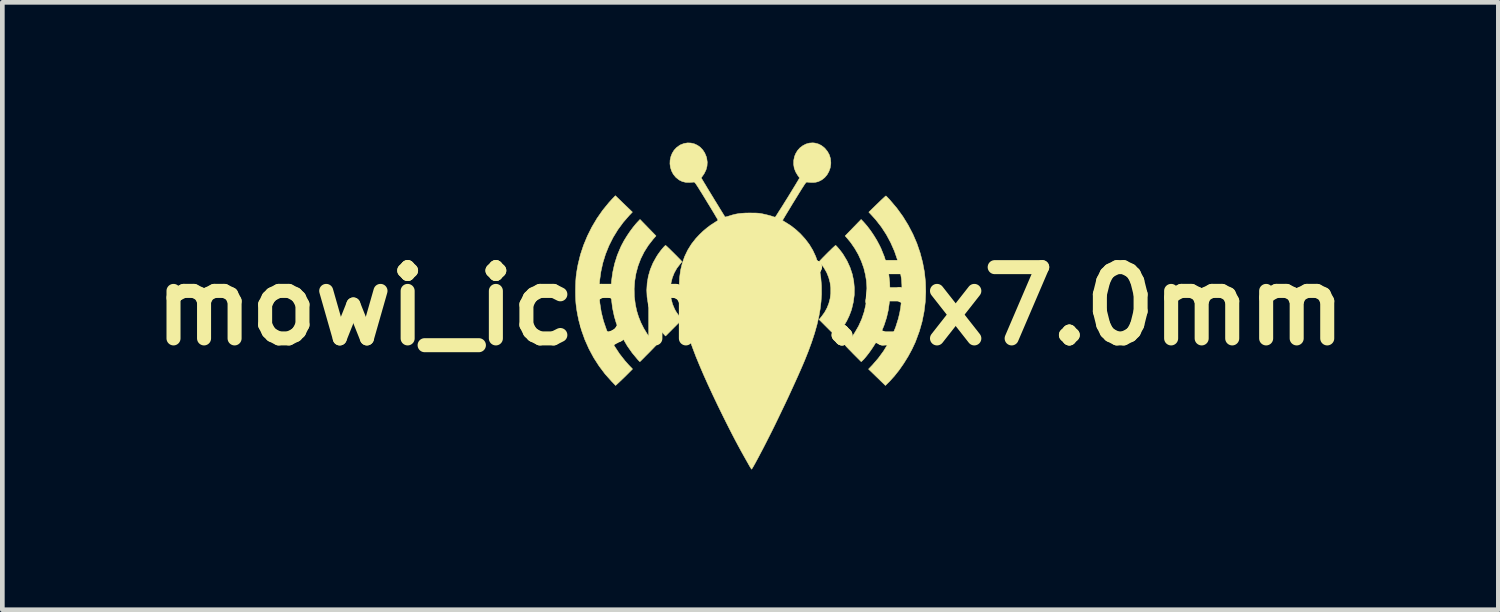
<source format=kicad_pcb>
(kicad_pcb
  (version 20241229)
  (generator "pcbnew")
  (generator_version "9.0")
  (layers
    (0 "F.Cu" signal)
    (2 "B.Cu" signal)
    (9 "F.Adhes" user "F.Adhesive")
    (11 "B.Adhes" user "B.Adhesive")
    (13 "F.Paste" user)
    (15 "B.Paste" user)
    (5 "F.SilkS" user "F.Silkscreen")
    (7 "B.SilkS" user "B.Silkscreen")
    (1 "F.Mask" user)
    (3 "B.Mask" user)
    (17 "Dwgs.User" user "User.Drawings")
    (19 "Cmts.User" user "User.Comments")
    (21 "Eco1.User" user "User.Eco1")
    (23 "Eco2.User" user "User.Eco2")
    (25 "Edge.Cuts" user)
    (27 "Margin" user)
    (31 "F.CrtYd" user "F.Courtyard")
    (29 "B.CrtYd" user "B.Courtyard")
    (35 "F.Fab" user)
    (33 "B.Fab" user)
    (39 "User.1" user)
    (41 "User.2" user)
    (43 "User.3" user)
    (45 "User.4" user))
  (footprint "mowi_icon_7.5x7.0mm"
    (layer "F.Cu")
    (at 12.998 3.498)
    (property "Reference" "mowi_icon_7.5x7.0mm" (at 0 0 0) (layer "F.SilkS") (effects (font (size 1.524 1.524) (thickness 0.3))))
    (attr through_hole)
    (fp_poly (pts (xy 1.832 -1.294) (xy 1.851 -1.275) (xy 1.875 -1.248) (xy 1.903 -1.215) (xy 1.933 -1.177) (xy 1.963 -1.138) (xy 1.989 -1.1) (xy 1.99 -1.098) (xy 2.069 -0.966) (xy 2.132 -0.827) (xy 2.179 -0.685) (xy 2.21 -0.538) (xy 2.224 -0.389) (xy 2.222 -0.239) (xy 2.202 -0.089) (xy 2.167 0.06) (xy 2.152 0.106) (xy 2.112 0.21) (xy 2.062 0.314) (xy 2.004 0.413) (xy 1.941 0.503) (xy 1.878 0.578) (xy 1.821 0.638) (xy 1.646 0.462) (xy 1.47 0.286) (xy 1.522 0.223) (xy 1.588 0.132) (xy 1.639 0.039) (xy 1.678 -0.059) (xy 1.705 -0.162) (xy 1.719 -0.276) (xy 1.719 -0.391) (xy 1.704 -0.506) (xy 1.674 -0.617) (xy 1.631 -0.722) (xy 1.575 -0.82) (xy 1.513 -0.9) (xy 1.493 -0.923) (xy 1.478 -0.942) (xy 1.472 -0.953) (xy 1.472 -0.953) (xy 1.478 -0.961) (xy 1.495 -0.979) (xy 1.52 -1.006) (xy 1.551 -1.038) (xy 1.588 -1.075) (xy 1.627 -1.115) (xy 1.667 -1.155) (xy 1.707 -1.193) (xy 1.743 -1.229) (xy 1.775 -1.259) (xy 1.8 -1.282) (xy 1.816 -1.296) (xy 1.822 -1.3) (xy 1.832 -1.294)) (stroke (width 0.01) (type solid)) (fill yes) (layer "F.SilkS"))
    (fp_poly (pts (xy -1.805 -1.294) (xy -1.786 -1.278) (xy -1.76 -1.253) (xy -1.727 -1.222) (xy -1.69 -1.185) (xy -1.65 -1.146) (xy -1.61 -1.106) (xy -1.571 -1.067) (xy -1.536 -1.031) (xy -1.505 -1) (xy -1.482 -0.975) (xy -1.467 -0.958) (xy -1.464 -0.953) (xy -1.469 -0.943) (xy -1.483 -0.925) (xy -1.503 -0.902) (xy -1.505 -0.9) (xy -1.573 -0.81) (xy -1.628 -0.712) (xy -1.67 -0.606) (xy -1.697 -0.496) (xy -1.71 -0.382) (xy -1.71 -0.268) (xy -1.694 -0.155) (xy -1.665 -0.044) (xy -1.62 0.062) (xy -1.595 0.108) (xy -1.575 0.139) (xy -1.548 0.177) (xy -1.52 0.214) (xy -1.513 0.223) (xy -1.462 0.286) (xy -1.638 0.462) (xy -1.814 0.639) (xy -1.871 0.577) (xy -1.939 0.494) (xy -2.005 0.398) (xy -2.064 0.294) (xy -2.114 0.185) (xy -2.144 0.106) (xy -2.185 -0.044) (xy -2.209 -0.194) (xy -2.216 -0.344) (xy -2.207 -0.493) (xy -2.182 -0.64) (xy -2.14 -0.785) (xy -2.082 -0.924) (xy -2.007 -1.059) (xy -1.982 -1.098) (xy -1.955 -1.136) (xy -1.926 -1.176) (xy -1.896 -1.214) (xy -1.868 -1.247) (xy -1.843 -1.275) (xy -1.824 -1.293) (xy -1.813 -1.3) (xy -1.813 -1.3) (xy -1.805 -1.294)) (stroke (width 0.01) (type solid)) (fill yes) (layer "F.SilkS"))
    (fp_poly (pts (xy -2.705 -2.187) (xy -2.523 -2.012) (xy -2.586 -1.946) (xy -2.716 -1.797) (xy -2.833 -1.638) (xy -2.936 -1.47) (xy -3.024 -1.295) (xy -3.097 -1.114) (xy -3.155 -0.927) (xy -3.197 -0.736) (xy -3.224 -0.542) (xy -3.234 -0.346) (xy -3.227 -0.148) (xy -3.219 -0.065) (xy -3.189 0.127) (xy -3.142 0.316) (xy -3.079 0.5) (xy -3.001 0.679) (xy -2.909 0.851) (xy -2.802 1.015) (xy -2.682 1.168) (xy -2.604 1.256) (xy -2.52 1.344) (xy -2.61 1.435) (xy -2.652 1.477) (xy -2.701 1.525) (xy -2.75 1.572) (xy -2.791 1.611) (xy -2.882 1.696) (xy -2.967 1.608) (xy -3.108 1.45) (xy -3.236 1.28) (xy -3.351 1.101) (xy -3.452 0.913) (xy -3.54 0.716) (xy -3.612 0.514) (xy -3.669 0.307) (xy -3.697 0.172) (xy -3.712 0.086) (xy -3.723 0.009) (xy -3.731 -0.064) (xy -3.736 -0.139) (xy -3.739 -0.219) (xy -3.74 -0.31) (xy -3.74 -0.336) (xy -3.738 -0.446) (xy -3.734 -0.545) (xy -3.727 -0.637) (xy -3.715 -0.727) (xy -3.699 -0.822) (xy -3.685 -0.895) (xy -3.635 -1.1) (xy -3.568 -1.302) (xy -3.486 -1.5) (xy -3.39 -1.692) (xy -3.281 -1.876) (xy -3.159 -2.051) (xy -3.026 -2.214) (xy -2.958 -2.289) (xy -2.887 -2.363) (xy -2.705 -2.187)) (stroke (width 0.01) (type solid)) (fill yes) (layer "F.SilkS"))
    (fp_poly (pts (xy 2.426 -1.795) (xy 2.498 -1.712) (xy 2.57 -1.617) (xy 2.641 -1.512) (xy 2.707 -1.404) (xy 2.765 -1.294) (xy 2.795 -1.232) (xy 2.866 -1.055) (xy 2.921 -0.875) (xy 2.959 -0.691) (xy 2.98 -0.503) (xy 2.986 -0.31) (xy 2.985 -0.259) (xy 2.973 -0.083) (xy 2.95 0.083) (xy 2.913 0.244) (xy 2.862 0.402) (xy 2.797 0.562) (xy 2.764 0.633) (xy 2.727 0.704) (xy 2.683 0.779) (xy 2.635 0.856) (xy 2.584 0.932) (xy 2.532 1.005) (xy 2.481 1.07) (xy 2.434 1.126) (xy 2.392 1.169) (xy 2.371 1.188) (xy 2.197 1.014) (xy 2.153 0.968) (xy 2.112 0.927) (xy 2.078 0.891) (xy 2.05 0.862) (xy 2.032 0.841) (xy 2.024 0.831) (xy 2.023 0.83) (xy 2.029 0.82) (xy 2.044 0.802) (xy 2.054 0.792) (xy 2.091 0.754) (xy 2.132 0.705) (xy 2.174 0.651) (xy 2.215 0.595) (xy 2.232 0.568) (xy 2.315 0.425) (xy 2.383 0.274) (xy 2.435 0.118) (xy 2.471 -0.043) (xy 2.49 -0.208) (xy 2.494 -0.376) (xy 2.481 -0.547) (xy 2.461 -0.671) (xy 2.426 -0.815) (xy 2.374 -0.96) (xy 2.31 -1.102) (xy 2.232 -1.237) (xy 2.145 -1.363) (xy 2.09 -1.43) (xy 2.027 -1.503) (xy 2.198 -1.679) (xy 2.369 -1.855) (xy 2.426 -1.795)) (stroke (width 0.01) (type solid)) (fill yes) (layer "F.SilkS"))
    (fp_poly (pts (xy -2.189 -1.679) (xy -2.018 -1.503) (xy -2.082 -1.43) (xy -2.184 -1.299) (xy -2.272 -1.16) (xy -2.345 -1.013) (xy -2.403 -0.86) (xy -2.446 -0.701) (xy -2.473 -0.539) (xy -2.485 -0.373) (xy -2.481 -0.206) (xy -2.46 -0.038) (xy -2.431 0.099) (xy -2.393 0.223) (xy -2.343 0.349) (xy -2.282 0.471) (xy -2.212 0.586) (xy -2.136 0.69) (xy -2.077 0.758) (xy -2.052 0.787) (xy -2.031 0.811) (xy -2.019 0.828) (xy -2.016 0.835) (xy -2.022 0.842) (xy -2.039 0.86) (xy -2.064 0.886) (xy -2.095 0.918) (xy -2.131 0.955) (xy -2.17 0.995) (xy -2.21 1.035) (xy -2.249 1.074) (xy -2.285 1.111) (xy -2.316 1.142) (xy -2.341 1.167) (xy -2.358 1.183) (xy -2.364 1.188) (xy -2.37 1.182) (xy -2.385 1.167) (xy -2.406 1.145) (xy -2.411 1.139) (xy -2.526 1.001) (xy -2.631 0.852) (xy -2.724 0.693) (xy -2.804 0.528) (xy -2.869 0.358) (xy -2.909 0.223) (xy -2.949 0.035) (xy -2.972 -0.155) (xy -2.979 -0.346) (xy -2.97 -0.536) (xy -2.944 -0.724) (xy -2.903 -0.909) (xy -2.846 -1.09) (xy -2.773 -1.264) (xy -2.749 -1.312) (xy -2.701 -1.402) (xy -2.643 -1.496) (xy -2.581 -1.589) (xy -2.516 -1.677) (xy -2.452 -1.756) (xy -2.417 -1.795) (xy -2.36 -1.855) (xy -2.189 -1.679)) (stroke (width 0.01) (type solid)) (fill yes) (layer "F.SilkS"))
    (fp_poly (pts (xy 2.907 -2.352) (xy 2.924 -2.335) (xy 2.948 -2.31) (xy 2.977 -2.28) (xy 2.985 -2.27) (xy 3.131 -2.098) (xy 3.261 -1.919) (xy 3.376 -1.732) (xy 3.476 -1.54) (xy 3.561 -1.343) (xy 3.63 -1.141) (xy 3.684 -0.936) (xy 3.723 -0.728) (xy 3.745 -0.517) (xy 3.751 -0.306) (xy 3.741 -0.094) (xy 3.715 0.117) (xy 3.673 0.328) (xy 3.614 0.536) (xy 3.538 0.742) (xy 3.525 0.775) (xy 3.454 0.926) (xy 3.372 1.077) (xy 3.28 1.225) (xy 3.182 1.366) (xy 3.078 1.497) (xy 2.971 1.615) (xy 2.943 1.642) (xy 2.888 1.696) (xy 2.708 1.521) (xy 2.527 1.346) (xy 2.611 1.258) (xy 2.735 1.115) (xy 2.848 0.961) (xy 2.948 0.797) (xy 3.035 0.625) (xy 3.108 0.447) (xy 3.165 0.266) (xy 3.194 0.143) (xy 3.214 0.031) (xy 3.228 -0.09) (xy 3.238 -0.214) (xy 3.242 -0.338) (xy 3.24 -0.456) (xy 3.233 -0.564) (xy 3.23 -0.59) (xy 3.197 -0.789) (xy 3.148 -0.984) (xy 3.083 -1.173) (xy 3.003 -1.355) (xy 2.909 -1.53) (xy 2.801 -1.696) (xy 2.68 -1.851) (xy 2.594 -1.946) (xy 2.533 -2.011) (xy 2.712 -2.185) (xy 2.758 -2.229) (xy 2.8 -2.27) (xy 2.837 -2.304) (xy 2.866 -2.331) (xy 2.887 -2.35) (xy 2.898 -2.358) (xy 2.899 -2.358) (xy 2.907 -2.352)) (stroke (width 0.01) (type solid)) (fill yes) (layer "F.SilkS"))
    (fp_poly (pts (xy 1.384 -3.488) (xy 1.454 -3.469) (xy 1.515 -3.439) (xy 1.572 -3.396) (xy 1.594 -3.376) (xy 1.649 -3.309) (xy 1.689 -3.236) (xy 1.713 -3.157) (xy 1.721 -3.071) (xy 1.72 -3.039) (xy 1.707 -2.956) (xy 1.679 -2.879) (xy 1.64 -2.81) (xy 1.589 -2.75) (xy 1.528 -2.702) (xy 1.459 -2.667) (xy 1.437 -2.66) (xy 1.394 -2.65) (xy 1.347 -2.645) (xy 1.291 -2.646) (xy 1.223 -2.652) (xy 1.207 -2.654) (xy 1.202 -2.653) (xy 1.196 -2.649) (xy 1.187 -2.641) (xy 1.176 -2.627) (xy 1.161 -2.607) (xy 1.143 -2.579) (xy 1.119 -2.542) (xy 1.089 -2.495) (xy 1.053 -2.437) (xy 1.01 -2.367) (xy 0.959 -2.284) (xy 0.938 -2.25) (xy 0.891 -2.174) (xy 0.848 -2.102) (xy 0.808 -2.036) (xy 0.772 -1.977) (xy 0.742 -1.927) (xy 0.718 -1.886) (xy 0.7 -1.857) (xy 0.691 -1.84) (xy 0.689 -1.836) (xy 0.696 -1.829) (xy 0.714 -1.816) (xy 0.741 -1.8) (xy 0.751 -1.794) (xy 0.863 -1.723) (xy 0.969 -1.641) (xy 1.072 -1.546) (xy 1.173 -1.435) (xy 1.261 -1.319) (xy 1.335 -1.196) (xy 1.396 -1.066) (xy 1.444 -0.927) (xy 1.481 -0.778) (xy 1.506 -0.617) (xy 1.52 -0.445) (xy 1.521 -0.409) (xy 1.522 -0.256) (xy 1.512 -0.1) (xy 1.493 0.06) (xy 1.464 0.226) (xy 1.424 0.398) (xy 1.373 0.579) (xy 1.311 0.768) (xy 1.238 0.967) (xy 1.16 1.162) (xy 1.117 1.263) (xy 1.067 1.378) (xy 1.011 1.504) (xy 0.95 1.639) (xy 0.885 1.781) (xy 0.817 1.929) (xy 0.746 2.08) (xy 0.673 2.232) (xy 0.6 2.384) (xy 0.528 2.533) (xy 0.457 2.677) (xy 0.421 2.748) (xy 0.38 2.829) (xy 0.338 2.912) (xy 0.296 2.994) (xy 0.254 3.075) (xy 0.213 3.152) (xy 0.175 3.225) (xy 0.139 3.291) (xy 0.107 3.351) (xy 0.079 3.401) (xy 0.056 3.441) (xy 0.039 3.469) (xy 0.028 3.485) (xy 0.026 3.487) (xy 0.02 3.48) (xy 0.008 3.461) (xy -0.008 3.435) (xy -0.012 3.429) (xy -0.081 3.307) (xy -0.146 3.192) (xy -0.207 3.082) (xy -0.266 2.973) (xy -0.325 2.862) (xy -0.385 2.747) (xy -0.448 2.624) (xy -0.515 2.491) (xy -0.568 2.385) (xy -0.691 2.134) (xy -0.804 1.897) (xy -0.908 1.673) (xy -1.003 1.461) (xy -1.089 1.26) (xy -1.167 1.071) (xy -1.235 0.892) (xy -1.296 0.723) (xy -1.349 0.563) (xy -1.394 0.412) (xy -1.431 0.268) (xy -1.462 0.132) (xy -1.463 0.125) (xy -1.497 -0.073) (xy -1.517 -0.262) (xy -1.522 -0.441) (xy -1.514 -0.61) (xy -1.492 -0.771) (xy -1.455 -0.923) (xy -1.404 -1.066) (xy -1.339 -1.201) (xy -1.259 -1.329) (xy -1.165 -1.449) (xy -1.094 -1.525) (xy -1.01 -1.606) (xy -0.929 -1.674) (xy -0.848 -1.735) (xy -0.767 -1.787) (xy -0.736 -1.807) (xy -0.711 -1.823) (xy -0.695 -1.835) (xy -0.692 -1.839) (xy -0.696 -1.848) (xy -0.708 -1.87) (xy -0.728 -1.903) (xy -0.754 -1.948) (xy -0.786 -2.002) (xy -0.823 -2.063) (xy -0.864 -2.131) (xy -0.909 -2.204) (xy -0.938 -2.252) (xy -0.991 -2.339) (xy -1.037 -2.414) (xy -1.076 -2.475) (xy -1.107 -2.526) (xy -1.133 -2.566) (xy -1.153 -2.597) (xy -1.169 -2.62) (xy -1.182 -2.636) (xy -1.191 -2.646) (xy -1.198 -2.652) (xy -1.204 -2.654) (xy -1.206 -2.654) (xy -1.224 -2.652) (xy -1.254 -2.65) (xy -1.29 -2.647) (xy -1.301 -2.646) (xy -1.382 -2.648) (xy -1.456 -2.666) (xy -1.523 -2.699) (xy -1.586 -2.749) (xy -1.597 -2.759) (xy -1.649 -2.823) (xy -1.686 -2.894) (xy -1.71 -2.969) (xy -1.72 -3.046) (xy -1.717 -3.123) (xy -1.7 -3.199) (xy -1.672 -3.27) (xy -1.631 -3.336) (xy -1.578 -3.393) (xy -1.513 -3.44) (xy -1.491 -3.452) (xy -1.418 -3.48) (xy -1.343 -3.492) (xy -1.27 -3.489) (xy -1.199 -3.472) (xy -1.132 -3.441) (xy -1.071 -3.398) (xy -1.019 -3.343) (xy -0.976 -3.277) (xy -0.944 -3.201) (xy -0.934 -3.167) (xy -0.922 -3.081) (xy -0.927 -2.996) (xy -0.949 -2.914) (xy -0.988 -2.835) (xy -1.017 -2.792) (xy -1.034 -2.769) (xy -1.046 -2.751) (xy -1.05 -2.743) (xy -1.046 -2.735) (xy -1.034 -2.714) (xy -1.014 -2.682) (xy -0.989 -2.639) (xy -0.958 -2.589) (xy -0.924 -2.531) (xy -0.886 -2.469) (xy -0.846 -2.403) (xy -0.805 -2.336) (xy -0.764 -2.268) (xy -0.723 -2.202) (xy -0.684 -2.138) (xy -0.648 -2.079) (xy -0.616 -2.027) (xy -0.588 -1.982) (xy -0.566 -1.946) (xy -0.551 -1.922) (xy -0.543 -1.91) (xy -0.543 -1.909) (xy -0.532 -1.909) (xy -0.51 -1.913) (xy -0.479 -1.922) (xy -0.458 -1.928) (xy -0.384 -1.951) (xy -0.316 -1.968) (xy -0.249 -1.98) (xy -0.179 -1.987) (xy -0.101 -1.992) (xy -0.01 -1.993) (xy -0.004 -1.993) (xy 0.059 -1.992) (xy 0.11 -1.992) (xy 0.15 -1.99) (xy 0.185 -1.987) (xy 0.218 -1.982) (xy 0.253 -1.976) (xy 0.284 -1.969) (xy 0.333 -1.958) (xy 0.382 -1.946) (xy 0.427 -1.934) (xy 0.456 -1.925) (xy 0.487 -1.914) (xy 0.513 -1.907) (xy 0.529 -1.903) (xy 0.53 -1.903) (xy 0.536 -1.91) (xy 0.55 -1.93) (xy 0.571 -1.962) (xy 0.597 -2.004) (xy 0.629 -2.054) (xy 0.665 -2.11) (xy 0.704 -2.172) (xy 0.745 -2.238) (xy 0.787 -2.305) (xy 0.829 -2.373) (xy 0.87 -2.44) (xy 0.909 -2.504) (xy 0.946 -2.564) (xy 0.978 -2.617) (xy 1.006 -2.664) (xy 1.028 -2.701) (xy 1.043 -2.727) (xy 1.05 -2.741) (xy 1.05 -2.742) (xy 1.046 -2.752) (xy 1.033 -2.771) (xy 1.015 -2.796) (xy 1.012 -2.799) (xy 0.968 -2.873) (xy 0.938 -2.952) (xy 0.925 -3.035) (xy 0.927 -3.119) (xy 0.945 -3.203) (xy 0.969 -3.262) (xy 1.009 -3.329) (xy 1.061 -3.387) (xy 1.122 -3.433) (xy 1.19 -3.468) (xy 1.262 -3.488) (xy 1.336 -3.493) (xy 1.384 -3.488)) (stroke (width 0.01) (type solid)) (fill yes) (layer "F.SilkS")))
  (gr_rect
    (start -3 -3)
    (end 28.995 9.99)
    (stroke (width 0.1) (type default))
    (fill no)
    (layer "Edge.Cuts")))
</source>
